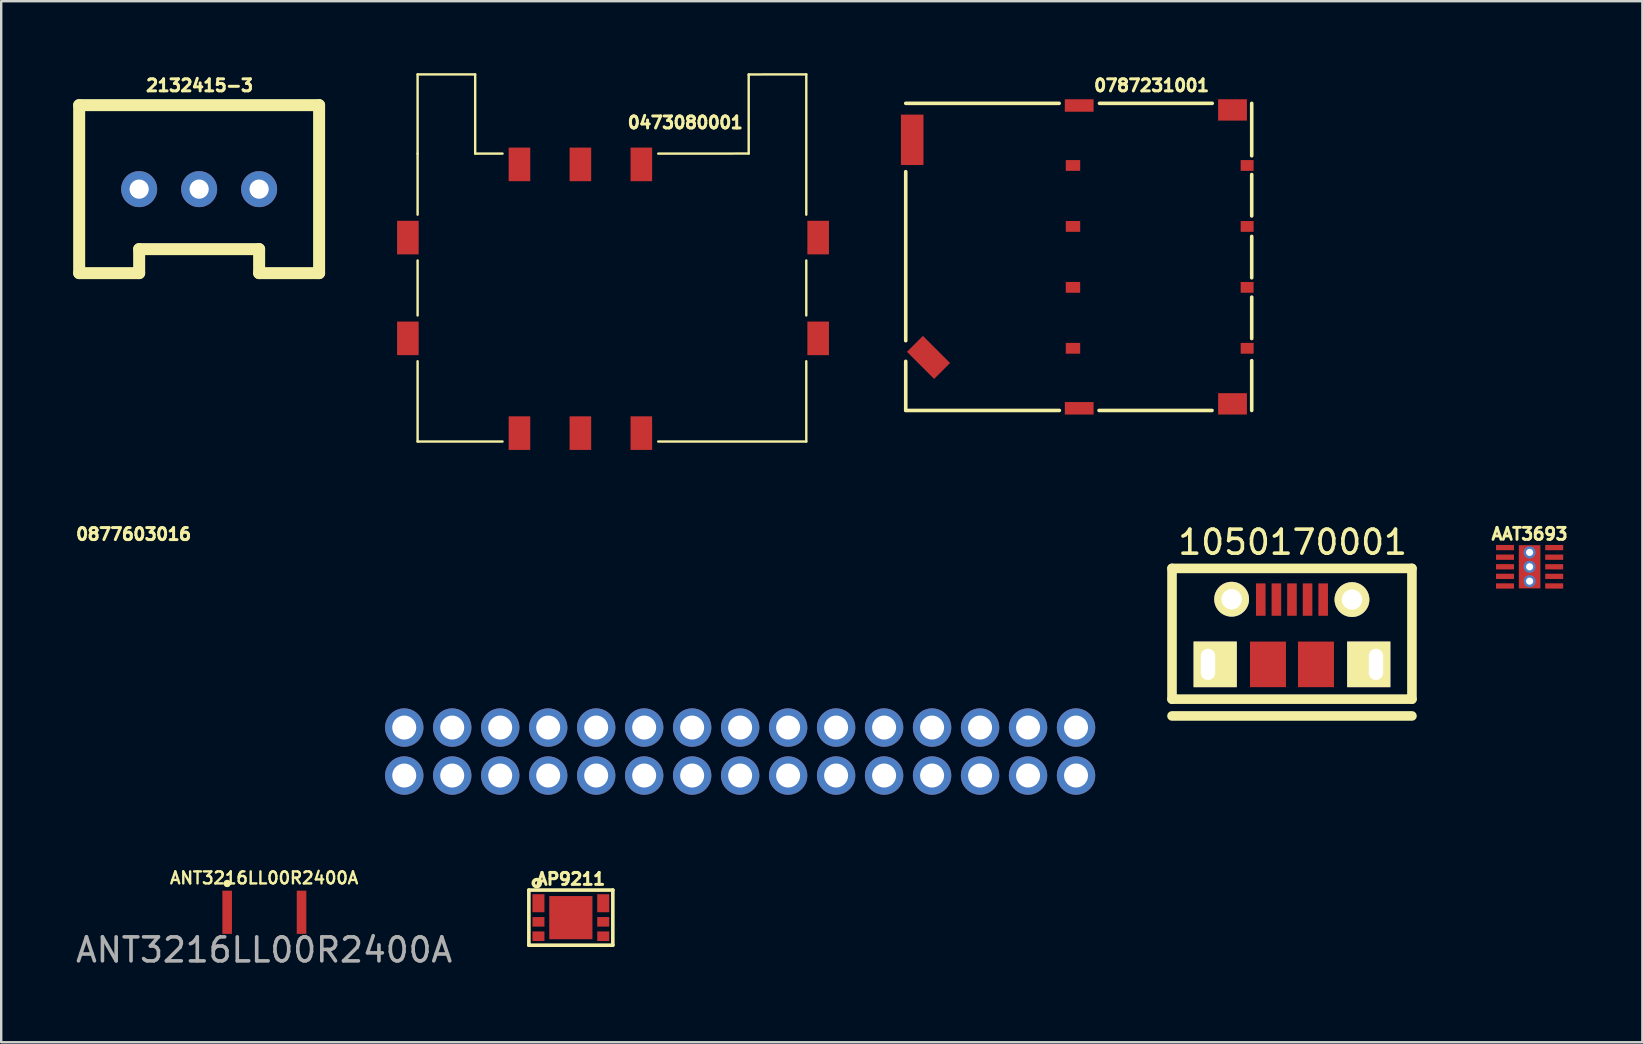
<source format=kicad_pcb>
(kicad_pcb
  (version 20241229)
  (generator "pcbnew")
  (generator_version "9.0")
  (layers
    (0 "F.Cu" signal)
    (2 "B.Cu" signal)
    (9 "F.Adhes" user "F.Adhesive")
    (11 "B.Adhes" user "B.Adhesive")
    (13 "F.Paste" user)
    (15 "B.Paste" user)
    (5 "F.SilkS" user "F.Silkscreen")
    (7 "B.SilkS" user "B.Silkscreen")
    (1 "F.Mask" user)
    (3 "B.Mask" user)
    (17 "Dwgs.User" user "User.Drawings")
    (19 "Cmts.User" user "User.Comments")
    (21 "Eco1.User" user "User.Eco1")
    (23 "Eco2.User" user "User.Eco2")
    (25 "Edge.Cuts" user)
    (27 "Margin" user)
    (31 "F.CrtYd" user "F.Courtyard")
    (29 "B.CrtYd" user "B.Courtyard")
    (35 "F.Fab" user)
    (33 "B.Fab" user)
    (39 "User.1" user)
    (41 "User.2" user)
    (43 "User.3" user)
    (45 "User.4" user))
  (footprint "1050170001"
    (layer "F.Cu")
    (at 50.798 24.64)
    (property "Reference" "1050170001" (at 0.028 -5.09 0) (layer "F.SilkS") (effects (font (size 1 1) (thickness 0.15))))
    (attr through_hole)
    (fp_line (start -5 -4) (end 5 -4) (stroke (width 0.4) (type solid)) (layer "F.SilkS"))
    (fp_line (start -5 1.45) (end -5 -4) (stroke (width 0.4) (type solid)) (layer "F.SilkS"))
    (fp_line (start 5 -4) (end 5 1.45) (stroke (width 0.4) (type solid)) (layer "F.SilkS"))
    (fp_line (start 5 1.45) (end -5 1.45) (stroke (width 0.4) (type solid)) (layer "F.SilkS"))
    (fp_line (start 5 2.15) (end -5 2.15) (stroke (width 0.4) (type solid)) (layer "F.SilkS"))
    (pad "1" smd rect (at -1.3 -2.7) (size 0.4 1.35) (layers "F.Cu" "F.Mask" "F.Paste"))
    (pad "2" smd rect (at -0.65 -2.7) (size 0.4 1.35) (layers "F.Cu" "F.Mask" "F.Paste"))
    (pad "3" smd rect (at 0 -2.7) (size 0.4 1.35) (layers "F.Cu" "F.Mask" "F.Paste"))
    (pad "4" smd rect (at 0.65 -2.7) (size 0.4 1.35) (layers "F.Cu" "F.Mask" "F.Paste"))
    (pad "5" smd rect (at 1.3 -2.7) (size 0.4 1.35) (layers "F.Cu" "F.Mask" "F.Paste"))
    (pad "6" thru_hole rect (at -3.5 0 180) (size 1.8 1.9) (drill oval 0.6 1.3 (offset -0.3 0)) (layers "*.Cu" "*.Mask" "F.SilkS"))
    (pad "6" thru_hole circle (at -2.515 -2.715) (size 1.45 1.45) (drill 0.85) (layers "*.Cu" "*.Mask" "F.SilkS"))
    (pad "6" smd rect (at -1 0) (size 1.5 1.9) (layers "F.Cu" "F.Mask" "F.Paste"))
    (pad "6" smd rect (at 1 0) (size 1.5 1.9) (layers "F.Cu" "F.Mask" "F.Paste"))
    (pad "6" thru_hole circle (at 2.5 -2.7) (size 1.45 1.45) (drill 0.85) (layers "*.Cu" "*.Mask" "F.SilkS"))
    (pad "6" thru_hole rect (at 3.5 0) (size 1.8 1.9) (drill oval 0.6 1.3 (offset -0.3 0)) (layers "*.Cu" "*.Mask" "F.SilkS")))
  (footprint "ANT3216LL00R2400A"
    (layer "F.Cu")
    (at 7.968 34.972)
    (property "Reference" "ANT3216LL00R2400A" (at -0.01 -1.43 0) (unlocked yes) (layer "F.SilkS") (effects (font (size 0.5 0.5) (thickness 0.1))))
    (attr smd)
    (fp_circle (center -1.55 -1.2) (end -1.47 -1.2) (stroke (width 0.15) (type default)) (fill no) (layer "F.SilkS"))
    (fp_text user "${REFERENCE}" (at -0.01 1.57 0) (unlocked yes) (layer "F.Fab") (effects (font (size 1 1) (thickness 0.15))))
    (pad "1" smd rect (at -1.55 0) (size 0.4 1.8) (layers "F.Cu" "F.Mask" "F.Paste"))
    (pad "2" smd rect (at 1.55 0) (size 0.4 1.8) (layers "F.Cu" "F.Mask" "F.Paste")))
  (footprint "0473080001"
    (layer "F.Cu")
    (at 22.455 8.952)
    (property "Reference" "0473080001" (at 3.056 -6.894 0) (layer "F.SilkS") (effects (font (size 0.5 0.5) (thickness 0.125))))
    (attr through_hole)
    (fp_line (start -8.1 -8.9) (end -5.7 -8.9) (stroke (width 0.1) (type solid)) (layer "F.SilkS"))
    (fp_line (start -8.1 -5.6) (end -8.1 -8.9) (stroke (width 0.1) (type solid)) (layer "F.SilkS"))
    (fp_line (start -8.1 -5.6) (end -8.1 -3.054) (stroke (width 0.1) (type solid)) (layer "F.SilkS"))
    (fp_line (start -8.1 1.146) (end -8.1 -1.146) (stroke (width 0.1) (type solid)) (layer "F.SilkS"))
    (fp_line (start -8.1 6.4) (end -8.1 3.054) (stroke (width 0.1) (type solid)) (layer "F.SilkS"))
    (fp_line (start -5.7 -8.9) (end -5.7 -5.6) (stroke (width 0.1) (type solid)) (layer "F.SilkS"))
    (fp_line (start -5.7 -5.6) (end -4.559 -5.6) (stroke (width 0.1) (type solid)) (layer "F.SilkS"))
    (fp_line (start -4.559 6.4) (end -8.1 6.4) (stroke (width 0.1) (type solid)) (layer "F.SilkS"))
    (fp_line (start 1.929 6.4) (end 8.1 6.4) (stroke (width 0.1) (type solid)) (layer "F.SilkS"))
    (fp_line (start 5.7 -8.899) (end 5.7 -5.602) (stroke (width 0.1) (type solid)) (layer "F.SilkS"))
    (fp_line (start 5.7 -8.899) (end 8.1 -8.902) (stroke (width 0.1) (type solid)) (layer "F.SilkS"))
    (fp_line (start 5.7 -5.602) (end 1.929 -5.599) (stroke (width 0.1) (type solid)) (layer "F.SilkS"))
    (fp_line (start 8.1 -3.054) (end 8.1 -8.902) (stroke (width 0.1) (type solid)) (layer "F.SilkS"))
    (fp_line (start 8.1 1.146) (end 8.1 -1.146) (stroke (width 0.1) (type solid)) (layer "F.SilkS"))
    (fp_line (start 8.1 6.4) (end 8.1 3.054) (stroke (width 0.1) (type solid)) (layer "F.SilkS"))
    (pad "1" smd rect (at -3.855 -5.15) (size 0.9 1.4) (layers "F.Cu" "F.Mask" "F.Paste"))
    (pad "2" smd rect (at -1.315 -5.15) (size 0.9 1.4) (layers "F.Cu" "F.Mask" "F.Paste"))
    (pad "3" smd rect (at 1.225 -5.15) (size 0.9 1.4) (layers "F.Cu" "F.Mask" "F.Paste"))
    (pad "4" smd rect (at -3.855 6.05) (size 0.9 1.4) (layers "F.Cu" "F.Mask" "F.Paste"))
    (pad "5" smd rect (at -1.315 6.05) (size 0.9 1.4) (layers "F.Cu" "F.Mask" "F.Paste"))
    (pad "6" smd rect (at 1.225 6.05) (size 0.9 1.4) (layers "F.Cu" "F.Mask" "F.Paste"))
    (pad "7" smd rect (at -8.505 -2.1) (size 0.9 1.4) (layers "F.Cu" "F.Mask" "F.Paste"))
    (pad "7" smd rect (at -8.505 2.1) (size 0.9 1.4) (layers "F.Cu" "F.Mask" "F.Paste"))
    (pad "7" smd rect (at 8.595 -2.1) (size 0.9 1.4) (layers "F.Cu" "F.Mask" "F.Paste"))
    (pad "7" smd rect (at 8.595 2.1) (size 0.9 1.4) (layers "F.Cu" "F.Mask" "F.Paste")))
  (footprint "0877603016"
    (layer "F.Cu")
    (at 26.798 28.274)
    (property "Reference" "0877603016" (at -24.28 -9.06 0) (layer "F.SilkS") (effects (font (size 0.5 0.5) (thickness 0.125))))
    (attr through_hole)
    (pad "1" thru_hole circle (at -13 -1) (size 1.6 1.6) (drill 1) (layers "*.Cu" "*.Mask"))
    (pad "2" thru_hole circle (at -13 1) (size 1.6 1.6) (drill 1) (layers "*.Cu" "*.Mask"))
    (pad "3" thru_hole circle (at -11 -1) (size 1.6 1.6) (drill 1) (layers "*.Cu" "*.Mask"))
    (pad "4" thru_hole circle (at -11 1) (size 1.6 1.6) (drill 1) (layers "*.Cu" "*.Mask"))
    (pad "5" thru_hole circle (at -9 -1) (size 1.6 1.6) (drill 1) (layers "*.Cu" "*.Mask"))
    (pad "6" thru_hole circle (at -9 1) (size 1.6 1.6) (drill 1) (layers "*.Cu" "*.Mask"))
    (pad "7" thru_hole circle (at -7 -1) (size 1.6 1.6) (drill 1) (layers "*.Cu" "*.Mask"))
    (pad "8" thru_hole circle (at -7 1) (size 1.6 1.6) (drill 1) (layers "*.Cu" "*.Mask"))
    (pad "9" thru_hole circle (at -5 -1) (size 1.6 1.6) (drill 1) (layers "*.Cu" "*.Mask"))
    (pad "10" thru_hole circle (at -5 1) (size 1.6 1.6) (drill 1) (layers "*.Cu" "*.Mask"))
    (pad "11" thru_hole circle (at -3 -1) (size 1.6 1.6) (drill 1) (layers "*.Cu" "*.Mask"))
    (pad "12" thru_hole circle (at -3 1) (size 1.6 1.6) (drill 1) (layers "*.Cu" "*.Mask"))
    (pad "13" thru_hole circle (at -1 -1) (size 1.6 1.6) (drill 1) (layers "*.Cu" "*.Mask"))
    (pad "14" thru_hole circle (at -1 1) (size 1.6 1.6) (drill 1) (layers "*.Cu" "*.Mask"))
    (pad "15" thru_hole circle (at 1 -1) (size 1.6 1.6) (drill 1) (layers "*.Cu" "*.Mask"))
    (pad "16" thru_hole circle (at 1 1) (size 1.6 1.6) (drill 1) (layers "*.Cu" "*.Mask"))
    (pad "17" thru_hole circle (at 3 -1) (size 1.6 1.6) (drill 1) (layers "*.Cu" "*.Mask"))
    (pad "18" thru_hole circle (at 3 1) (size 1.6 1.6) (drill 1) (layers "*.Cu" "*.Mask"))
    (pad "19" thru_hole circle (at 5 -1) (size 1.6 1.6) (drill 1) (layers "*.Cu" "*.Mask"))
    (pad "20" thru_hole circle (at 5 1) (size 1.6 1.6) (drill 1) (layers "*.Cu" "*.Mask"))
    (pad "21" thru_hole circle (at 7 -1) (size 1.6 1.6) (drill 1) (layers "*.Cu" "*.Mask"))
    (pad "22" thru_hole circle (at 7 1) (size 1.6 1.6) (drill 1) (layers "*.Cu" "*.Mask"))
    (pad "23" thru_hole circle (at 9 -1) (size 1.6 1.6) (drill 1) (layers "*.Cu" "*.Mask"))
    (pad "24" thru_hole circle (at 9 1) (size 1.6 1.6) (drill 1) (layers "*.Cu" "*.Mask"))
    (pad "25" thru_hole circle (at 11 -1) (size 1.6 1.6) (drill 1) (layers "*.Cu" "*.Mask"))
    (pad "26" thru_hole circle (at 11 1) (size 1.6 1.6) (drill 1) (layers "*.Cu" "*.Mask"))
    (pad "27" thru_hole circle (at 13 -1) (size 1.6 1.6) (drill 1) (layers "*.Cu" "*.Mask"))
    (pad "28" thru_hole circle (at 13 1) (size 1.6 1.6) (drill 1) (layers "*.Cu" "*.Mask"))
    (pad "29" thru_hole circle (at 15 -1) (size 1.6 1.6) (drill 1) (layers "*.Cu" "*.Mask"))
    (pad "30" thru_hole circle (at 15 1) (size 1.6 1.6) (drill 1) (layers "*.Cu" "*.Mask")))
  (footprint "0787231001"
    (layer "F.Cu")
    (at 41.93 7.657)
    (property "Reference" "0787231001" (at 3.017 -7.145 0) (layer "F.SilkS") (effects (font (size 0.5 0.5) (thickness 0.125))))
    (attr through_hole)
    (fp_line (start -7.23 -6.4) (end -0.836 -6.4) (stroke (width 0.15) (type solid)) (layer "F.SilkS"))
    (fp_line (start -7.23 -3.552) (end -7.23 3.492) (stroke (width 0.15) (type solid)) (layer "F.SilkS"))
    (fp_line (start -7.23 4.354) (end -7.23 6.395) (stroke (width 0.15) (type solid)) (layer "F.SilkS"))
    (fp_line (start -7.23 6.4) (end -0.826 6.4) (stroke (width 0.15) (type solid)) (layer "F.SilkS"))
    (fp_line (start 0.827 6.4) (end 5.535 6.4) (stroke (width 0.15) (type solid)) (layer "F.SilkS"))
    (fp_line (start 0.845 -6.4) (end 5.545 -6.4) (stroke (width 0.15) (type solid)) (layer "F.SilkS"))
    (fp_line (start 7.19 -6.4) (end 7.19 -4.214) (stroke (width 0.15) (type solid)) (layer "F.SilkS"))
    (fp_line (start 7.19 -3.433) (end 7.19 -1.707) (stroke (width 0.15) (type solid)) (layer "F.SilkS"))
    (fp_line (start 7.19 -0.855) (end 7.19 0.871) (stroke (width 0.15) (type solid)) (layer "F.SilkS"))
    (fp_line (start 7.19 1.677) (end 7.19 3.403) (stroke (width 0.15) (type solid)) (layer "F.SilkS"))
    (fp_line (start 7.19 4.324) (end 7.19 6.4) (stroke (width 0.15) (type solid)) (layer "F.SilkS"))
    (pad "C1" smd rect (at 7 -3.81) (size 0.54 0.45) (layers "F.Cu" "F.Mask" "F.Paste"))
    (pad "C2" smd rect (at 7 -1.27) (size 0.54 0.45) (layers "F.Cu" "F.Mask" "F.Paste"))
    (pad "C3" smd rect (at 7 1.27) (size 0.54 0.45) (layers "F.Cu" "F.Mask" "F.Paste"))
    (pad "C4" smd rect (at 7 3.81) (size 0.54 0.45) (layers "F.Cu" "F.Mask" "F.Paste"))
    (pad "C5" smd rect (at -6.96 -4.88) (size 0.94 2.1) (layers "F.Cu" "F.Mask" "F.Paste"))
    (pad "C5" smd rect (at -6.28 4.19 45) (size 0.94 1.6) (layers "F.Cu" "F.Mask" "F.Paste"))
    (pad "C5" smd rect (at -0.26 -3.81) (size 0.6 0.45) (layers "F.Cu" "F.Mask" "F.Paste"))
    (pad "C5" smd rect (at 0 -6.31) (size 1.2 0.52) (layers "F.Cu" "F.Mask" "F.Paste"))
    (pad "C5" smd rect (at 0 6.31) (size 1.2 0.52) (layers "F.Cu" "F.Mask" "F.Paste"))
    (pad "C5" smd rect (at 6.39 -6.125) (size 1.2 0.89) (layers "F.Cu" "F.Mask" "F.Paste"))
    (pad "C5" smd rect (at 6.39 6.125) (size 1.2 0.89) (layers "F.Cu" "F.Mask" "F.Paste"))
    (pad "C6" smd rect (at -0.26 -1.27) (size 0.6 0.45) (layers "F.Cu" "F.Mask" "F.Paste"))
    (pad "C7" smd rect (at -0.26 1.27) (size 0.6 0.45) (layers "F.Cu" "F.Mask" "F.Paste"))
    (pad "C8" smd rect (at -0.26 3.81) (size 0.6 0.45) (layers "F.Cu" "F.Mask" "F.Paste")))
  (footprint "AP9211"
    (layer "F.Cu")
    (at 20.742 35.196)
    (property "Reference" "AP9211" (at 0 -1.61 0) (layer "F.SilkS") (effects (font (size 0.5 0.5) (thickness 0.125))))
    (attr through_hole)
    (fp_line (start -1.75 -1.15) (end -1.75 1.15) (stroke (width 0.15) (type solid)) (layer "F.SilkS"))
    (fp_line (start -1.75 -1.15) (end 1.75 -1.15) (stroke (width 0.15) (type solid)) (layer "F.SilkS"))
    (fp_line (start -1.75 1.15) (end 1.75 1.15) (stroke (width 0.15) (type solid)) (layer "F.SilkS"))
    (fp_line (start 1.75 -1.15) (end 1.75 1.15) (stroke (width 0.15) (type solid)) (layer "F.SilkS"))
    (fp_circle (center -1.42 -1.44) (end -1.36 -1.4) (stroke (width 0.15) (type solid)) (fill no) (layer "F.SilkS"))
    (pad "0" smd rect (at 0 0) (size 1.8 1.8) (layers "F.Cu" "F.Mask" "F.Paste"))
    (pad "1" smd rect (at -1.35 -0.6) (size 0.5 0.75) (layers "F.Cu" "F.Mask" "F.Paste"))
    (pad "2" smd rect (at -1.35 0.175) (size 0.5 0.4) (layers "F.Cu" "F.Mask" "F.Paste"))
    (pad "3" smd rect (at -1.35 0.775) (size 0.5 0.4) (layers "F.Cu" "F.Mask" "F.Paste"))
    (pad "4" smd rect (at 1.35 0.775) (size 0.5 0.4) (layers "F.Cu" "F.Mask" "F.Paste"))
    (pad "5" smd rect (at 1.35 0.175) (size 0.5 0.4) (layers "F.Cu" "F.Mask" "F.Paste"))
    (pad "6" smd rect (at 1.35 -0.6) (size 0.5 0.75) (layers "F.Cu" "F.Mask" "F.Paste")))
  (footprint "AAT3693"
    (layer "F.Cu")
    (at 60.702 20.573)
    (property "Reference" "AAT3693" (at -0.002 -1.368 0) (layer "F.SilkS") (effects (font (size 0.5 0.5) (thickness 0.12))))
    (attr through_hole)
    (pad "1" smd rect (at -1.025 -0.8) (size 0.75 0.22) (layers "F.Cu" "F.Mask" "F.Paste"))
    (pad "2" smd rect (at -1.025 -0.4) (size 0.75 0.22) (layers "F.Cu" "F.Mask" "F.Paste"))
    (pad "3" smd rect (at -1.025 0) (size 0.75 0.22) (layers "F.Cu" "F.Mask" "F.Paste"))
    (pad "4" smd rect (at -1.025 0.4) (size 0.75 0.22) (layers "F.Cu" "F.Mask" "F.Paste"))
    (pad "5" smd rect (at -1.025 0.8) (size 0.75 0.22) (layers "F.Cu" "F.Mask" "F.Paste"))
    (pad "6" smd rect (at 1.025 0.8) (size 0.75 0.22) (layers "F.Cu" "F.Mask" "F.Paste"))
    (pad "7" smd rect (at 1.025 0.4) (size 0.75 0.22) (layers "F.Cu" "F.Mask" "F.Paste"))
    (pad "8" smd rect (at 1.025 0) (size 0.75 0.22) (layers "F.Cu" "F.Mask" "F.Paste"))
    (pad "9" smd rect (at 1.025 -0.4) (size 0.75 0.22) (layers "F.Cu" "F.Mask" "F.Paste"))
    (pad "10" smd rect (at 1.025 -0.8) (size 0.75 0.22) (layers "F.Cu" "F.Mask" "F.Paste"))
    (pad "11" thru_hole oval (at 0 -0.6) (size 0.5 0.5) (drill 0.3) (layers "*.Cu" "F.Mask"))
    (pad "11" thru_hole oval (at 0 0) (size 0.5 0.5) (drill 0.3) (layers "*.Cu" "F.Mask"))
    (pad "11" smd rect (at 0 0) (size 0.9 1.8) (layers "F.Cu" "F.Mask" "F.Paste"))
    (pad "11" thru_hole oval (at 0 0.6) (size 0.5 0.5) (drill 0.3) (layers "*.Cu" "F.Mask")))
  (footprint "2132415-3"
    (layer "F.Cu")
    (at 5.25 4.833)
    (property "Reference" "2132415-3" (at 0.018 -4.321 0) (layer "F.SilkS") (effects (font (size 0.5 0.5) (thickness 0.125))))
    (attr through_hole)
    (fp_line (start -5 -3.5) (end 5 -3.5) (stroke (width 0.5) (type solid)) (layer "F.SilkS"))
    (fp_line (start -5 3.5) (end -5 -3.5) (stroke (width 0.5) (type solid)) (layer "F.SilkS"))
    (fp_line (start -2.5 2.5) (end -2.5 3.5) (stroke (width 0.5) (type solid)) (layer "F.SilkS"))
    (fp_line (start -2.5 3.5) (end -5 3.5) (stroke (width 0.5) (type solid)) (layer "F.SilkS"))
    (fp_line (start 2.5 2.5) (end -2.5 2.5) (stroke (width 0.5) (type solid)) (layer "F.SilkS"))
    (fp_line (start 2.5 3.5) (end 2.5 2.5) (stroke (width 0.5) (type solid)) (layer "F.SilkS"))
    (fp_line (start 5 -3.5) (end 5 3.5) (stroke (width 0.5) (type solid)) (layer "F.SilkS"))
    (fp_line (start 5 3.5) (end 2.5 3.5) (stroke (width 0.5) (type solid)) (layer "F.SilkS"))
    (pad "1" thru_hole circle (at -2.5 0) (size 1.5 1.5) (drill 0.8) (layers "*.Cu" "*.Mask"))
    (pad "2" thru_hole circle (at 0 0) (size 1.5 1.5) (drill 0.8) (layers "*.Cu" "*.Mask"))
    (pad "3" thru_hole circle (at 2.5 0) (size 1.5 1.5) (drill 0.8) (layers "*.Cu" "*.Mask")))
  (gr_rect
    (start -3 -3)
    (end 65.401 40.39)
    (stroke (width 0.1) (type default))
    (fill no)
    (layer "Edge.Cuts")))
</source>
